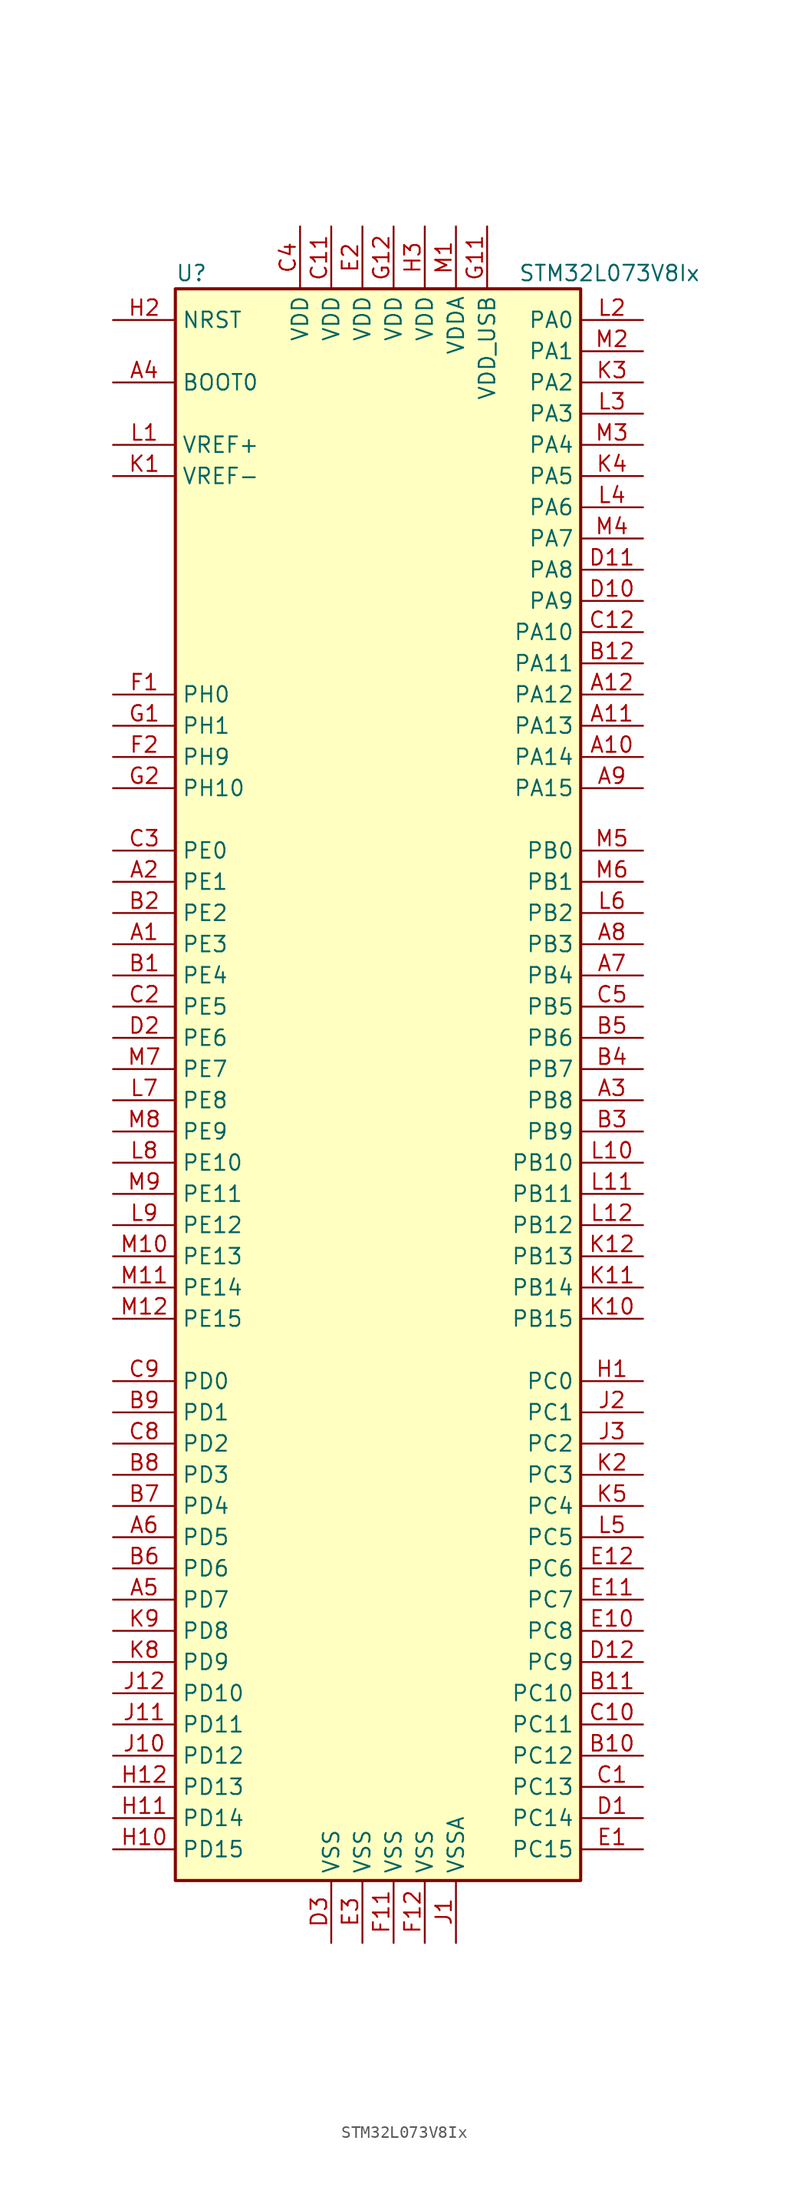
<source format=kicad_sym>
(kicad_symbol_lib
  (version 20211014)
  (generator kicad_symbol_editor)
  (symbol "STM32L073V8Ix"
    (property "Reference" "U"
      (at -17.78 64.77 0)
      (effects (font (size 1.27 1.27)) (justify left)))
    (property "Value" "STM32L073V8Ix"
      (at 10.16 64.77 0)
      (effects (font (size 1.27 1.27)) (justify left)))
    (symbol "STM32L073V8Ix_0_1"
      (rectangle (start -17.78 -66.04) (end 15.24 63.5) (stroke (width 0.254) (type default) (color 0 0 0 0)) (fill (type background))))
    (symbol "STM32L073V8Ix_1_1"
      (pin bidirectional line (at -22.86 10.16 0) (length 5.08) (name "PE3" (effects (font (size 1.27 1.27)))) (number "A1" (effects (font (size 1.27 1.27)))))
      (pin bidirectional line (at 20.32 25.4 180) (length 5.08) (name "PA14" (effects (font (size 1.27 1.27)))) (number "A10" (effects (font (size 1.27 1.27)))))
      (pin bidirectional line (at 20.32 27.94 180) (length 5.08) (name "PA13" (effects (font (size 1.27 1.27)))) (number "A11" (effects (font (size 1.27 1.27)))))
      (pin bidirectional line (at 20.32 30.48 180) (length 5.08) (name "PA12" (effects (font (size 1.27 1.27)))) (number "A12" (effects (font (size 1.27 1.27)))))
      (pin bidirectional line (at -22.86 15.24 0) (length 5.08) (name "PE1" (effects (font (size 1.27 1.27)))) (number "A2" (effects (font (size 1.27 1.27)))))
      (pin bidirectional line (at 20.32 -2.54 180) (length 5.08) (name "PB8" (effects (font (size 1.27 1.27)))) (number "A3" (effects (font (size 1.27 1.27)))))
      (pin input line (at -22.86 55.88 0) (length 5.08) (name "BOOT0" (effects (font (size 1.27 1.27)))) (number "A4" (effects (font (size 1.27 1.27)))))
      (pin bidirectional line (at -22.86 -43.18 0) (length 5.08) (name "PD7" (effects (font (size 1.27 1.27)))) (number "A5" (effects (font (size 1.27 1.27)))))
      (pin bidirectional line (at -22.86 -38.1 0) (length 5.08) (name "PD5" (effects (font (size 1.27 1.27)))) (number "A6" (effects (font (size 1.27 1.27)))))
      (pin bidirectional line (at 20.32 7.62 180) (length 5.08) (name "PB4" (effects (font (size 1.27 1.27)))) (number "A7" (effects (font (size 1.27 1.27)))))
      (pin bidirectional line (at 20.32 10.16 180) (length 5.08) (name "PB3" (effects (font (size 1.27 1.27)))) (number "A8" (effects (font (size 1.27 1.27)))))
      (pin bidirectional line (at 20.32 22.86 180) (length 5.08) (name "PA15" (effects (font (size 1.27 1.27)))) (number "A9" (effects (font (size 1.27 1.27)))))
      (pin bidirectional line (at -22.86 7.62 0) (length 5.08) (name "PE4" (effects (font (size 1.27 1.27)))) (number "B1" (effects (font (size 1.27 1.27)))))
      (pin bidirectional line (at 20.32 -55.88 180) (length 5.08) (name "PC12" (effects (font (size 1.27 1.27)))) (number "B10" (effects (font (size 1.27 1.27)))))
      (pin bidirectional line (at 20.32 -50.8 180) (length 5.08) (name "PC10" (effects (font (size 1.27 1.27)))) (number "B11" (effects (font (size 1.27 1.27)))))
      (pin bidirectional line (at 20.32 33.02 180) (length 5.08) (name "PA11" (effects (font (size 1.27 1.27)))) (number "B12" (effects (font (size 1.27 1.27)))))
      (pin bidirectional line (at -22.86 12.7 0) (length 5.08) (name "PE2" (effects (font (size 1.27 1.27)))) (number "B2" (effects (font (size 1.27 1.27)))))
      (pin bidirectional line (at 20.32 -5.08 180) (length 5.08) (name "PB9" (effects (font (size 1.27 1.27)))) (number "B3" (effects (font (size 1.27 1.27)))))
      (pin bidirectional line (at 20.32 0 180) (length 5.08) (name "PB7" (effects (font (size 1.27 1.27)))) (number "B4" (effects (font (size 1.27 1.27)))))
      (pin bidirectional line (at 20.32 2.54 180) (length 5.08) (name "PB6" (effects (font (size 1.27 1.27)))) (number "B5" (effects (font (size 1.27 1.27)))))
      (pin bidirectional line (at -22.86 -40.64 0) (length 5.08) (name "PD6" (effects (font (size 1.27 1.27)))) (number "B6" (effects (font (size 1.27 1.27)))))
      (pin bidirectional line (at -22.86 -35.56 0) (length 5.08) (name "PD4" (effects (font (size 1.27 1.27)))) (number "B7" (effects (font (size 1.27 1.27)))))
      (pin bidirectional line (at -22.86 -33.02 0) (length 5.08) (name "PD3" (effects (font (size 1.27 1.27)))) (number "B8" (effects (font (size 1.27 1.27)))))
      (pin bidirectional line (at -22.86 -27.94 0) (length 5.08) (name "PD1" (effects (font (size 1.27 1.27)))) (number "B9" (effects (font (size 1.27 1.27)))))
      (pin bidirectional line (at 20.32 -58.42 180) (length 5.08) (name "PC13" (effects (font (size 1.27 1.27)))) (number "C1" (effects (font (size 1.27 1.27)))))
      (pin bidirectional line (at 20.32 -53.34 180) (length 5.08) (name "PC11" (effects (font (size 1.27 1.27)))) (number "C10" (effects (font (size 1.27 1.27)))))
      (pin power_in line (at -5.08 68.58 270) (length 5.08) (name "VDD" (effects (font (size 1.27 1.27)))) (number "C11" (effects (font (size 1.27 1.27)))))
      (pin bidirectional line (at 20.32 35.56 180) (length 5.08) (name "PA10" (effects (font (size 1.27 1.27)))) (number "C12" (effects (font (size 1.27 1.27)))))
      (pin bidirectional line (at -22.86 5.08 0) (length 5.08) (name "PE5" (effects (font (size 1.27 1.27)))) (number "C2" (effects (font (size 1.27 1.27)))))
      (pin bidirectional line (at -22.86 17.78 0) (length 5.08) (name "PE0" (effects (font (size 1.27 1.27)))) (number "C3" (effects (font (size 1.27 1.27)))))
      (pin power_in line (at -7.62 68.58 270) (length 5.08) (name "VDD" (effects (font (size 1.27 1.27)))) (number "C4" (effects (font (size 1.27 1.27)))))
      (pin bidirectional line (at 20.32 5.08 180) (length 5.08) (name "PB5" (effects (font (size 1.27 1.27)))) (number "C5" (effects (font (size 1.27 1.27)))))
      (pin bidirectional line (at -22.86 -30.48 0) (length 5.08) (name "PD2" (effects (font (size 1.27 1.27)))) (number "C8" (effects (font (size 1.27 1.27)))))
      (pin bidirectional line (at -22.86 -25.4 0) (length 5.08) (name "PD0" (effects (font (size 1.27 1.27)))) (number "C9" (effects (font (size 1.27 1.27)))))
      (pin bidirectional line (at 20.32 -60.96 180) (length 5.08) (name "PC14" (effects (font (size 1.27 1.27)))) (number "D1" (effects (font (size 1.27 1.27)))))
      (pin bidirectional line (at 20.32 38.1 180) (length 5.08) (name "PA9" (effects (font (size 1.27 1.27)))) (number "D10" (effects (font (size 1.27 1.27)))))
      (pin bidirectional line (at 20.32 40.64 180) (length 5.08) (name "PA8" (effects (font (size 1.27 1.27)))) (number "D11" (effects (font (size 1.27 1.27)))))
      (pin bidirectional line (at 20.32 -48.26 180) (length 5.08) (name "PC9" (effects (font (size 1.27 1.27)))) (number "D12" (effects (font (size 1.27 1.27)))))
      (pin bidirectional line (at -22.86 2.54 0) (length 5.08) (name "PE6" (effects (font (size 1.27 1.27)))) (number "D2" (effects (font (size 1.27 1.27)))))
      (pin power_in line (at -5.08 -71.12 90) (length 5.08) (name "VSS" (effects (font (size 1.27 1.27)))) (number "D3" (effects (font (size 1.27 1.27)))))
      (pin bidirectional line (at 20.32 -63.5 180) (length 5.08) (name "PC15" (effects (font (size 1.27 1.27)))) (number "E1" (effects (font (size 1.27 1.27)))))
      (pin bidirectional line (at 20.32 -45.72 180) (length 5.08) (name "PC8" (effects (font (size 1.27 1.27)))) (number "E10" (effects (font (size 1.27 1.27)))))
      (pin bidirectional line (at 20.32 -43.18 180) (length 5.08) (name "PC7" (effects (font (size 1.27 1.27)))) (number "E11" (effects (font (size 1.27 1.27)))))
      (pin bidirectional line (at 20.32 -40.64 180) (length 5.08) (name "PC6" (effects (font (size 1.27 1.27)))) (number "E12" (effects (font (size 1.27 1.27)))))
      (pin power_in line (at -2.54 68.58 270) (length 5.08) (name "VDD" (effects (font (size 1.27 1.27)))) (number "E2" (effects (font (size 1.27 1.27)))))
      (pin power_in line (at -2.54 -71.12 90) (length 5.08) (name "VSS" (effects (font (size 1.27 1.27)))) (number "E3" (effects (font (size 1.27 1.27)))))
      (pin input line (at -22.86 30.48 0) (length 5.08) (name "PH0" (effects (font (size 1.27 1.27)))) (number "F1" (effects (font (size 1.27 1.27)))))
      (pin power_in line (at 0 -71.12 90) (length 5.08) (name "VSS" (effects (font (size 1.27 1.27)))) (number "F11" (effects (font (size 1.27 1.27)))))
      (pin power_in line (at 2.54 -71.12 90) (length 5.08) (name "VSS" (effects (font (size 1.27 1.27)))) (number "F12" (effects (font (size 1.27 1.27)))))
      (pin bidirectional line (at -22.86 25.4 0) (length 5.08) (name "PH9" (effects (font (size 1.27 1.27)))) (number "F2" (effects (font (size 1.27 1.27)))))
      (pin input line (at -22.86 27.94 0) (length 5.08) (name "PH1" (effects (font (size 1.27 1.27)))) (number "G1" (effects (font (size 1.27 1.27)))))
      (pin power_in line (at 7.62 68.58 270) (length 5.08) (name "VDD_USB" (effects (font (size 1.27 1.27)))) (number "G11" (effects (font (size 1.27 1.27)))))
      (pin power_in line (at 0 68.58 270) (length 5.08) (name "VDD" (effects (font (size 1.27 1.27)))) (number "G12" (effects (font (size 1.27 1.27)))))
      (pin bidirectional line (at -22.86 22.86 0) (length 5.08) (name "PH10" (effects (font (size 1.27 1.27)))) (number "G2" (effects (font (size 1.27 1.27)))))
      (pin bidirectional line (at 20.32 -25.4 180) (length 5.08) (name "PC0" (effects (font (size 1.27 1.27)))) (number "H1" (effects (font (size 1.27 1.27)))))
      (pin bidirectional line (at -22.86 -63.5 0) (length 5.08) (name "PD15" (effects (font (size 1.27 1.27)))) (number "H10" (effects (font (size 1.27 1.27)))))
      (pin bidirectional line (at -22.86 -60.96 0) (length 5.08) (name "PD14" (effects (font (size 1.27 1.27)))) (number "H11" (effects (font (size 1.27 1.27)))))
      (pin bidirectional line (at -22.86 -58.42 0) (length 5.08) (name "PD13" (effects (font (size 1.27 1.27)))) (number "H12" (effects (font (size 1.27 1.27)))))
      (pin input line (at -22.86 60.96 0) (length 5.08) (name "NRST" (effects (font (size 1.27 1.27)))) (number "H2" (effects (font (size 1.27 1.27)))))
      (pin power_in line (at 2.54 68.58 270) (length 5.08) (name "VDD" (effects (font (size 1.27 1.27)))) (number "H3" (effects (font (size 1.27 1.27)))))
      (pin power_in line (at 5.08 -71.12 90) (length 5.08) (name "VSSA" (effects (font (size 1.27 1.27)))) (number "J1" (effects (font (size 1.27 1.27)))))
      (pin bidirectional line (at -22.86 -55.88 0) (length 5.08) (name "PD12" (effects (font (size 1.27 1.27)))) (number "J10" (effects (font (size 1.27 1.27)))))
      (pin bidirectional line (at -22.86 -53.34 0) (length 5.08) (name "PD11" (effects (font (size 1.27 1.27)))) (number "J11" (effects (font (size 1.27 1.27)))))
      (pin bidirectional line (at -22.86 -50.8 0) (length 5.08) (name "PD10" (effects (font (size 1.27 1.27)))) (number "J12" (effects (font (size 1.27 1.27)))))
      (pin bidirectional line (at 20.32 -27.94 180) (length 5.08) (name "PC1" (effects (font (size 1.27 1.27)))) (number "J2" (effects (font (size 1.27 1.27)))))
      (pin bidirectional line (at 20.32 -30.48 180) (length 5.08) (name "PC2" (effects (font (size 1.27 1.27)))) (number "J3" (effects (font (size 1.27 1.27)))))
      (pin power_in line (at -22.86 48.26 0) (length 5.08) (name "VREF-" (effects (font (size 1.27 1.27)))) (number "K1" (effects (font (size 1.27 1.27)))))
      (pin bidirectional line (at 20.32 -20.32 180) (length 5.08) (name "PB15" (effects (font (size 1.27 1.27)))) (number "K10" (effects (font (size 1.27 1.27)))))
      (pin bidirectional line (at 20.32 -17.78 180) (length 5.08) (name "PB14" (effects (font (size 1.27 1.27)))) (number "K11" (effects (font (size 1.27 1.27)))))
      (pin bidirectional line (at 20.32 -15.24 180) (length 5.08) (name "PB13" (effects (font (size 1.27 1.27)))) (number "K12" (effects (font (size 1.27 1.27)))))
      (pin bidirectional line (at 20.32 -33.02 180) (length 5.08) (name "PC3" (effects (font (size 1.27 1.27)))) (number "K2" (effects (font (size 1.27 1.27)))))
      (pin bidirectional line (at 20.32 55.88 180) (length 5.08) (name "PA2" (effects (font (size 1.27 1.27)))) (number "K3" (effects (font (size 1.27 1.27)))))
      (pin bidirectional line (at 20.32 48.26 180) (length 5.08) (name "PA5" (effects (font (size 1.27 1.27)))) (number "K4" (effects (font (size 1.27 1.27)))))
      (pin bidirectional line (at 20.32 -35.56 180) (length 5.08) (name "PC4" (effects (font (size 1.27 1.27)))) (number "K5" (effects (font (size 1.27 1.27)))))
      (pin bidirectional line (at -22.86 -48.26 0) (length 5.08) (name "PD9" (effects (font (size 1.27 1.27)))) (number "K8" (effects (font (size 1.27 1.27)))))
      (pin bidirectional line (at -22.86 -45.72 0) (length 5.08) (name "PD8" (effects (font (size 1.27 1.27)))) (number "K9" (effects (font (size 1.27 1.27)))))
      (pin power_in line (at -22.86 50.8 0) (length 5.08) (name "VREF+" (effects (font (size 1.27 1.27)))) (number "L1" (effects (font (size 1.27 1.27)))))
      (pin bidirectional line (at 20.32 -7.62 180) (length 5.08) (name "PB10" (effects (font (size 1.27 1.27)))) (number "L10" (effects (font (size 1.27 1.27)))))
      (pin bidirectional line (at 20.32 -10.16 180) (length 5.08) (name "PB11" (effects (font (size 1.27 1.27)))) (number "L11" (effects (font (size 1.27 1.27)))))
      (pin bidirectional line (at 20.32 -12.7 180) (length 5.08) (name "PB12" (effects (font (size 1.27 1.27)))) (number "L12" (effects (font (size 1.27 1.27)))))
      (pin bidirectional line (at 20.32 60.96 180) (length 5.08) (name "PA0" (effects (font (size 1.27 1.27)))) (number "L2" (effects (font (size 1.27 1.27)))))
      (pin bidirectional line (at 20.32 53.34 180) (length 5.08) (name "PA3" (effects (font (size 1.27 1.27)))) (number "L3" (effects (font (size 1.27 1.27)))))
      (pin bidirectional line (at 20.32 45.72 180) (length 5.08) (name "PA6" (effects (font (size 1.27 1.27)))) (number "L4" (effects (font (size 1.27 1.27)))))
      (pin bidirectional line (at 20.32 -38.1 180) (length 5.08) (name "PC5" (effects (font (size 1.27 1.27)))) (number "L5" (effects (font (size 1.27 1.27)))))
      (pin bidirectional line (at 20.32 12.7 180) (length 5.08) (name "PB2" (effects (font (size 1.27 1.27)))) (number "L6" (effects (font (size 1.27 1.27)))))
      (pin bidirectional line (at -22.86 -2.54 0) (length 5.08) (name "PE8" (effects (font (size 1.27 1.27)))) (number "L7" (effects (font (size 1.27 1.27)))))
      (pin bidirectional line (at -22.86 -7.62 0) (length 5.08) (name "PE10" (effects (font (size 1.27 1.27)))) (number "L8" (effects (font (size 1.27 1.27)))))
      (pin bidirectional line (at -22.86 -12.7 0) (length 5.08) (name "PE12" (effects (font (size 1.27 1.27)))) (number "L9" (effects (font (size 1.27 1.27)))))
      (pin power_in line (at 5.08 68.58 270) (length 5.08) (name "VDDA" (effects (font (size 1.27 1.27)))) (number "M1" (effects (font (size 1.27 1.27)))))
      (pin bidirectional line (at -22.86 -15.24 0) (length 5.08) (name "PE13" (effects (font (size 1.27 1.27)))) (number "M10" (effects (font (size 1.27 1.27)))))
      (pin bidirectional line (at -22.86 -17.78 0) (length 5.08) (name "PE14" (effects (font (size 1.27 1.27)))) (number "M11" (effects (font (size 1.27 1.27)))))
      (pin bidirectional line (at -22.86 -20.32 0) (length 5.08) (name "PE15" (effects (font (size 1.27 1.27)))) (number "M12" (effects (font (size 1.27 1.27)))))
      (pin bidirectional line (at 20.32 58.42 180) (length 5.08) (name "PA1" (effects (font (size 1.27 1.27)))) (number "M2" (effects (font (size 1.27 1.27)))))
      (pin bidirectional line (at 20.32 50.8 180) (length 5.08) (name "PA4" (effects (font (size 1.27 1.27)))) (number "M3" (effects (font (size 1.27 1.27)))))
      (pin bidirectional line (at 20.32 43.18 180) (length 5.08) (name "PA7" (effects (font (size 1.27 1.27)))) (number "M4" (effects (font (size 1.27 1.27)))))
      (pin bidirectional line (at 20.32 17.78 180) (length 5.08) (name "PB0" (effects (font (size 1.27 1.27)))) (number "M5" (effects (font (size 1.27 1.27)))))
      (pin bidirectional line (at 20.32 15.24 180) (length 5.08) (name "PB1" (effects (font (size 1.27 1.27)))) (number "M6" (effects (font (size 1.27 1.27)))))
      (pin bidirectional line (at -22.86 0 0) (length 5.08) (name "PE7" (effects (font (size 1.27 1.27)))) (number "M7" (effects (font (size 1.27 1.27)))))
      (pin bidirectional line (at -22.86 -5.08 0) (length 5.08) (name "PE9" (effects (font (size 1.27 1.27)))) (number "M8" (effects (font (size 1.27 1.27)))))
      (pin bidirectional line (at -22.86 -10.16 0) (length 5.08) (name "PE11" (effects (font (size 1.27 1.27)))) (number "M9" (effects (font (size 1.27 1.27))))))))
</source>
